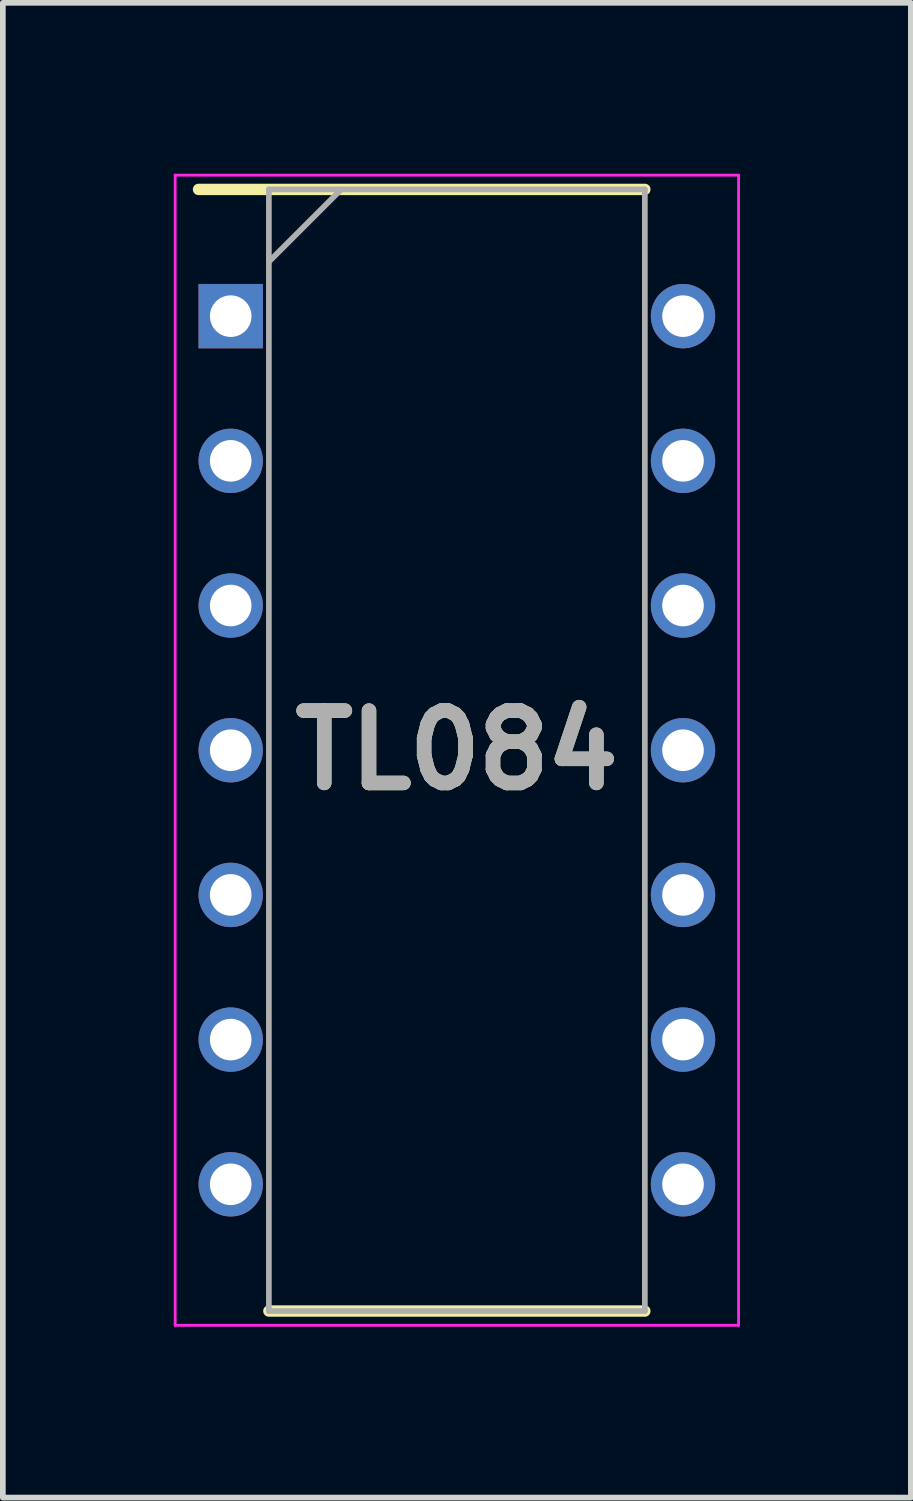
<source format=kicad_pcb>
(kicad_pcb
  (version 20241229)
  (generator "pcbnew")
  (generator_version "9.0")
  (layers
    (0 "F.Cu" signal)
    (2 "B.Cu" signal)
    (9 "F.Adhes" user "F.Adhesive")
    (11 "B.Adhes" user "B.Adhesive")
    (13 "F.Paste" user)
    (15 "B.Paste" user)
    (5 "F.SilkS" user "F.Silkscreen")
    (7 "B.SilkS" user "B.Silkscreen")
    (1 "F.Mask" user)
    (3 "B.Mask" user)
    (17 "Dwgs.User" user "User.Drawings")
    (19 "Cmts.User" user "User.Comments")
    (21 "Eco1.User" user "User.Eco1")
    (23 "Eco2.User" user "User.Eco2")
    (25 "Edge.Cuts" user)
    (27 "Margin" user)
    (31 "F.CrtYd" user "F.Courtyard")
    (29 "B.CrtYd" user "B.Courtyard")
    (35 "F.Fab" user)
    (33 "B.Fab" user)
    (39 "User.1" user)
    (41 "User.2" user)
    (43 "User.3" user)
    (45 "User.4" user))
  (footprint "TL084"
    (layer "F.Cu")
    (at 4.97 10.12)
    (property "Reference" "TL084" (at 0 0 0) (layer "F.SilkS") (effects (font (size 1.27 1.27) (thickness 0.254))))
    (attr through_hole)
    (fp_line (start -4.535 -9.845) (end 3.3 -9.845) (stroke (width 0.2) (type solid)) (layer "F.SilkS"))
    (fp_line (start -3.3 9.845) (end 3.3 9.845) (stroke (width 0.2) (type solid)) (layer "F.SilkS"))
    (fp_line (start -4.945 -10.095) (end 4.945 -10.095) (stroke (width 0.05) (type solid)) (layer "F.CrtYd"))
    (fp_line (start -4.945 10.095) (end -4.945 -10.095) (stroke (width 0.05) (type solid)) (layer "F.CrtYd"))
    (fp_line (start 4.945 -10.095) (end 4.945 10.095) (stroke (width 0.05) (type solid)) (layer "F.CrtYd"))
    (fp_line (start 4.945 10.095) (end -4.945 10.095) (stroke (width 0.05) (type solid)) (layer "F.CrtYd"))
    (fp_line (start -3.3 -9.845) (end 3.3 -9.845) (stroke (width 0.1) (type solid)) (layer "F.Fab"))
    (fp_line (start -3.3 -8.575) (end -2.03 -9.845) (stroke (width 0.1) (type solid)) (layer "F.Fab"))
    (fp_line (start -3.3 9.845) (end -3.3 -9.845) (stroke (width 0.1) (type solid)) (layer "F.Fab"))
    (fp_line (start 3.3 -9.845) (end 3.3 9.845) (stroke (width 0.1) (type solid)) (layer "F.Fab"))
    (fp_line (start 3.3 9.845) (end -3.3 9.845) (stroke (width 0.1) (type solid)) (layer "F.Fab"))
    (fp_text user "${REFERENCE}" (at 0 0 0) (layer "F.Fab") (effects (font (size 1.27 1.27) (thickness 0.254))))
    (pad "1" thru_hole rect (at -3.97 -7.62) (size 1.13 1.13) (drill 0.73) (layers "*.Cu" "*.Mask"))
    (pad "2" thru_hole circle (at -3.97 -5.08) (size 1.13 1.13) (drill 0.73) (layers "*.Cu" "*.Mask"))
    (pad "3" thru_hole circle (at -3.97 -2.54) (size 1.13 1.13) (drill 0.73) (layers "*.Cu" "*.Mask"))
    (pad "4" thru_hole circle (at -3.97 0) (size 1.13 1.13) (drill 0.73) (layers "*.Cu" "*.Mask"))
    (pad "5" thru_hole circle (at -3.97 2.54) (size 1.13 1.13) (drill 0.73) (layers "*.Cu" "*.Mask"))
    (pad "6" thru_hole circle (at -3.97 5.08) (size 1.13 1.13) (drill 0.73) (layers "*.Cu" "*.Mask"))
    (pad "7" thru_hole circle (at -3.97 7.62) (size 1.13 1.13) (drill 0.73) (layers "*.Cu" "*.Mask"))
    (pad "8" thru_hole circle (at 3.97 7.62) (size 1.13 1.13) (drill 0.73) (layers "*.Cu" "*.Mask"))
    (pad "9" thru_hole circle (at 3.97 5.08) (size 1.13 1.13) (drill 0.73) (layers "*.Cu" "*.Mask"))
    (pad "10" thru_hole circle (at 3.97 2.54) (size 1.13 1.13) (drill 0.73) (layers "*.Cu" "*.Mask"))
    (pad "11" thru_hole circle (at 3.97 0) (size 1.13 1.13) (drill 0.73) (layers "*.Cu" "*.Mask"))
    (pad "12" thru_hole circle (at 3.97 -2.54) (size 1.13 1.13) (drill 0.73) (layers "*.Cu" "*.Mask"))
    (pad "13" thru_hole circle (at 3.97 -5.08) (size 1.13 1.13) (drill 0.73) (layers "*.Cu" "*.Mask"))
    (pad "14" thru_hole circle (at 3.97 -7.62) (size 1.13 1.13) (drill 0.73) (layers "*.Cu" "*.Mask")))
  (gr_rect
    (start -3 -3)
    (end 12.94 23.24)
    (stroke (width 0.1) (type default))
    (fill no)
    (layer "Edge.Cuts")))
</source>
